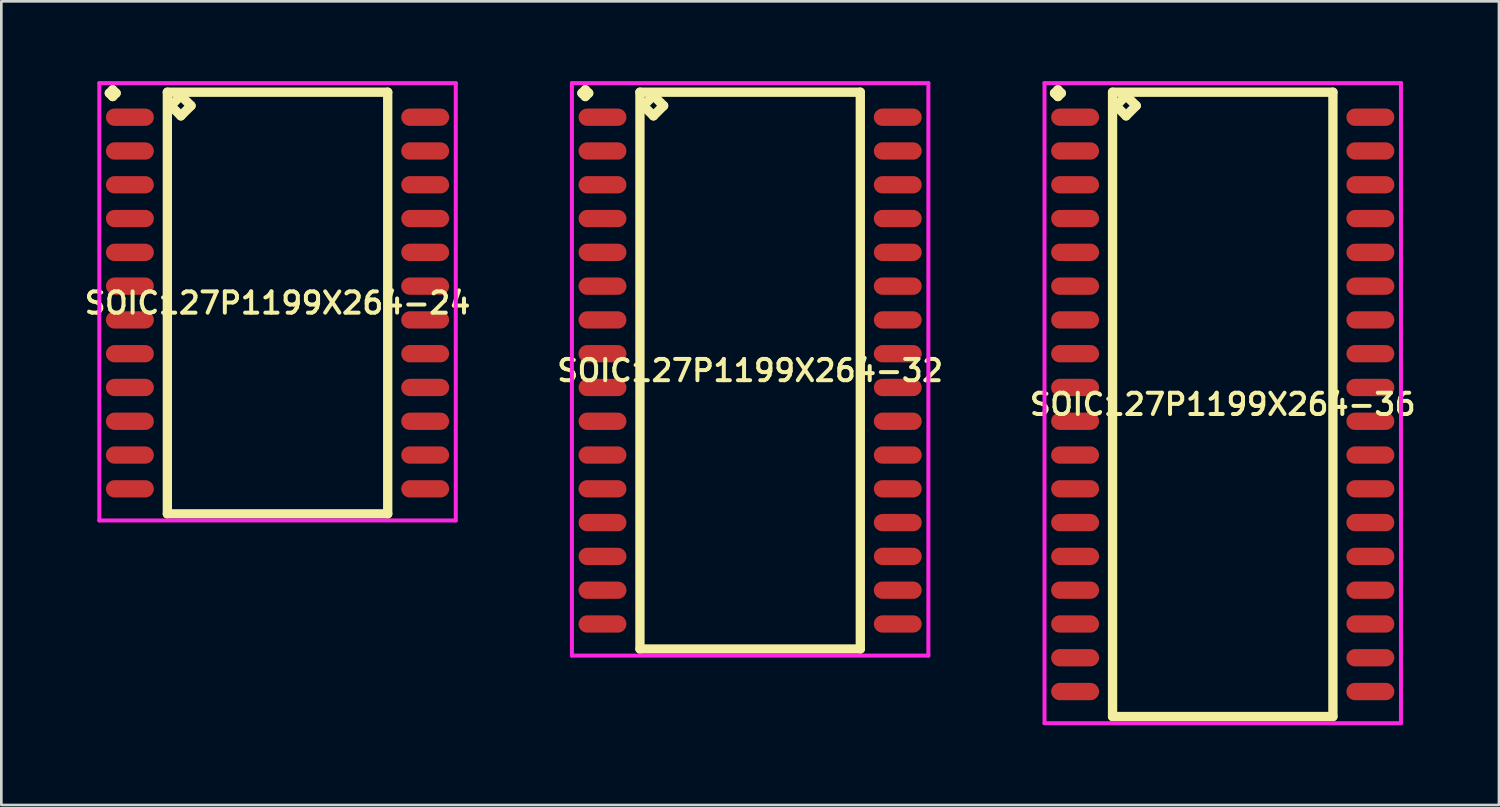
<source format=kicad_pcb>
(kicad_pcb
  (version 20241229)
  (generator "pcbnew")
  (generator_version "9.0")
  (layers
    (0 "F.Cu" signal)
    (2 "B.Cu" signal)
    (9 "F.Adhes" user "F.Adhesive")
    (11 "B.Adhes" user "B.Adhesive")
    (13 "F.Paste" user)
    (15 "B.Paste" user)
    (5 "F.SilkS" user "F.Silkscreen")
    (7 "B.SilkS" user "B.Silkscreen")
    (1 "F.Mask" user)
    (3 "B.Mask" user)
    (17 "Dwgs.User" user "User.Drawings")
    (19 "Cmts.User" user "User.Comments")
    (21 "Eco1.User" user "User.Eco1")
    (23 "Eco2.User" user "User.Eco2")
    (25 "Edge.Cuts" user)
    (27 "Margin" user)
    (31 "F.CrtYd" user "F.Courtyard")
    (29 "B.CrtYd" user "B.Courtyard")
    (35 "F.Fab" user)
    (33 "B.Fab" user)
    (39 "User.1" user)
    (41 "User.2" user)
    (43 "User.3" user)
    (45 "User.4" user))
  (footprint "SOIC127P1199X264-32"
    (layer "F.Cu")
    (at 25.149 10.881)
    (property "Reference" "SOIC127P1199X264-32" (at 0 0 0) (layer "F.SilkS") (effects (font (size 0.8 0.8) (thickness 0.15))))
    (attr smd)
    (fp_line (start -6.323 -10.429) (end -6.196 -10.556) (stroke (width 0.35) (type solid)) (layer "F.SilkS"))
    (fp_line (start -6.196 -10.556) (end -6.069 -10.429) (stroke (width 0.35) (type solid)) (layer "F.SilkS"))
    (fp_line (start -6.196 -10.302) (end -6.323 -10.429) (stroke (width 0.35) (type solid)) (layer "F.SilkS"))
    (fp_line (start -6.069 -10.429) (end -6.196 -10.302) (stroke (width 0.35) (type solid)) (layer "F.SilkS"))
    (fp_line (start -4.142 -10.465) (end -4.142 10.465) (stroke (width 0.35) (type solid)) (layer "F.SilkS"))
    (fp_line (start -4.142 10.465) (end 4.142 10.465) (stroke (width 0.35) (type solid)) (layer "F.SilkS"))
    (fp_line (start -4.015 -9.957) (end -3.634 -10.338) (stroke (width 0.35) (type solid)) (layer "F.SilkS"))
    (fp_line (start -3.634 -10.338) (end -3.253 -9.957) (stroke (width 0.35) (type solid)) (layer "F.SilkS"))
    (fp_line (start -3.634 -9.576) (end -4.015 -9.957) (stroke (width 0.35) (type solid)) (layer "F.SilkS"))
    (fp_line (start -3.253 -9.957) (end -3.634 -9.576) (stroke (width 0.35) (type solid)) (layer "F.SilkS"))
    (fp_line (start 4.142 -10.465) (end -4.142 -10.465) (stroke (width 0.35) (type solid)) (layer "F.SilkS"))
    (fp_line (start 4.142 10.465) (end 4.142 -10.465) (stroke (width 0.35) (type solid)) (layer "F.SilkS"))
    (fp_line (start -6.7 -10.806) (end 6.7 -10.806) (stroke (width 0.15) (type solid)) (layer "F.CrtYd"))
    (fp_line (start -6.7 10.715) (end -6.7 -10.806) (stroke (width 0.15) (type solid)) (layer "F.CrtYd"))
    (fp_line (start 6.7 -10.806) (end 6.7 10.715) (stroke (width 0.15) (type solid)) (layer "F.CrtYd"))
    (fp_line (start 6.7 10.715) (end -6.7 10.715) (stroke (width 0.15) (type solid)) (layer "F.CrtYd"))
    (pad "1" smd oval (at -5.55 -9.525) (size 1.8 0.65) (layers "F.Cu" "F.Mask" "F.Paste"))
    (pad "2" smd oval (at -5.55 -8.255) (size 1.8 0.65) (layers "F.Cu" "F.Mask" "F.Paste"))
    (pad "3" smd oval (at -5.55 -6.985) (size 1.8 0.65) (layers "F.Cu" "F.Mask" "F.Paste"))
    (pad "4" smd oval (at -5.55 -5.715) (size 1.8 0.65) (layers "F.Cu" "F.Mask" "F.Paste"))
    (pad "5" smd oval (at -5.55 -4.445) (size 1.8 0.65) (layers "F.Cu" "F.Mask" "F.Paste"))
    (pad "6" smd oval (at -5.55 -3.175) (size 1.8 0.65) (layers "F.Cu" "F.Mask" "F.Paste"))
    (pad "7" smd oval (at -5.55 -1.905) (size 1.8 0.65) (layers "F.Cu" "F.Mask" "F.Paste"))
    (pad "8" smd oval (at -5.55 -0.635) (size 1.8 0.65) (layers "F.Cu" "F.Mask" "F.Paste"))
    (pad "9" smd oval (at -5.55 0.635) (size 1.8 0.65) (layers "F.Cu" "F.Mask" "F.Paste"))
    (pad "10" smd oval (at -5.55 1.905) (size 1.8 0.65) (layers "F.Cu" "F.Mask" "F.Paste"))
    (pad "11" smd oval (at -5.55 3.175) (size 1.8 0.65) (layers "F.Cu" "F.Mask" "F.Paste"))
    (pad "12" smd oval (at -5.55 4.445) (size 1.8 0.65) (layers "F.Cu" "F.Mask" "F.Paste"))
    (pad "13" smd oval (at -5.55 5.715) (size 1.8 0.65) (layers "F.Cu" "F.Mask" "F.Paste"))
    (pad "14" smd oval (at -5.55 6.985) (size 1.8 0.65) (layers "F.Cu" "F.Mask" "F.Paste"))
    (pad "15" smd oval (at -5.55 8.255) (size 1.8 0.65) (layers "F.Cu" "F.Mask" "F.Paste"))
    (pad "16" smd oval (at -5.55 9.525) (size 1.8 0.65) (layers "F.Cu" "F.Mask" "F.Paste"))
    (pad "17" smd oval (at 5.55 9.525) (size 1.8 0.65) (layers "F.Cu" "F.Mask" "F.Paste"))
    (pad "18" smd oval (at 5.55 8.255) (size 1.8 0.65) (layers "F.Cu" "F.Mask" "F.Paste"))
    (pad "19" smd oval (at 5.55 6.985) (size 1.8 0.65) (layers "F.Cu" "F.Mask" "F.Paste"))
    (pad "20" smd oval (at 5.55 5.715) (size 1.8 0.65) (layers "F.Cu" "F.Mask" "F.Paste"))
    (pad "21" smd oval (at 5.55 4.445) (size 1.8 0.65) (layers "F.Cu" "F.Mask" "F.Paste"))
    (pad "22" smd oval (at 5.55 3.175) (size 1.8 0.65) (layers "F.Cu" "F.Mask" "F.Paste"))
    (pad "23" smd oval (at 5.55 1.905) (size 1.8 0.65) (layers "F.Cu" "F.Mask" "F.Paste"))
    (pad "24" smd oval (at 5.55 0.635) (size 1.8 0.65) (layers "F.Cu" "F.Mask" "F.Paste"))
    (pad "25" smd oval (at 5.55 -0.635) (size 1.8 0.65) (layers "F.Cu" "F.Mask" "F.Paste"))
    (pad "26" smd oval (at 5.55 -1.905) (size 1.8 0.65) (layers "F.Cu" "F.Mask" "F.Paste"))
    (pad "27" smd oval (at 5.55 -3.175) (size 1.8 0.65) (layers "F.Cu" "F.Mask" "F.Paste"))
    (pad "28" smd oval (at 5.55 -4.445) (size 1.8 0.65) (layers "F.Cu" "F.Mask" "F.Paste"))
    (pad "29" smd oval (at 5.55 -5.715) (size 1.8 0.65) (layers "F.Cu" "F.Mask" "F.Paste"))
    (pad "30" smd oval (at 5.55 -6.985) (size 1.8 0.65) (layers "F.Cu" "F.Mask" "F.Paste"))
    (pad "31" smd oval (at 5.55 -8.255) (size 1.8 0.65) (layers "F.Cu" "F.Mask" "F.Paste"))
    (pad "32" smd oval (at 5.55 -9.525) (size 1.8 0.65) (layers "F.Cu" "F.Mask" "F.Paste")))
  (footprint "SOIC127P1199X264-36"
    (layer "F.Cu")
    (at 42.915 12.151)
    (property "Reference" "SOIC127P1199X264-36" (at 0 0 0) (layer "F.SilkS") (effects (font (size 0.8 0.8) (thickness 0.15))))
    (attr smd)
    (fp_line (start -6.323 -11.699) (end -6.196 -11.826) (stroke (width 0.35) (type solid)) (layer "F.SilkS"))
    (fp_line (start -6.196 -11.826) (end -6.069 -11.699) (stroke (width 0.35) (type solid)) (layer "F.SilkS"))
    (fp_line (start -6.196 -11.572) (end -6.323 -11.699) (stroke (width 0.35) (type solid)) (layer "F.SilkS"))
    (fp_line (start -6.069 -11.699) (end -6.196 -11.572) (stroke (width 0.35) (type solid)) (layer "F.SilkS"))
    (fp_line (start -4.142 -11.735) (end -4.142 11.735) (stroke (width 0.35) (type solid)) (layer "F.SilkS"))
    (fp_line (start -4.142 11.735) (end 4.142 11.735) (stroke (width 0.35) (type solid)) (layer "F.SilkS"))
    (fp_line (start -4.015 -11.227) (end -3.634 -11.608) (stroke (width 0.35) (type solid)) (layer "F.SilkS"))
    (fp_line (start -3.634 -11.608) (end -3.253 -11.227) (stroke (width 0.35) (type solid)) (layer "F.SilkS"))
    (fp_line (start -3.634 -10.846) (end -4.015 -11.227) (stroke (width 0.35) (type solid)) (layer "F.SilkS"))
    (fp_line (start -3.253 -11.227) (end -3.634 -10.846) (stroke (width 0.35) (type solid)) (layer "F.SilkS"))
    (fp_line (start 4.142 -11.735) (end -4.142 -11.735) (stroke (width 0.35) (type solid)) (layer "F.SilkS"))
    (fp_line (start 4.142 11.735) (end 4.142 -11.735) (stroke (width 0.35) (type solid)) (layer "F.SilkS"))
    (fp_line (start -6.7 -12.076) (end 6.7 -12.076) (stroke (width 0.15) (type solid)) (layer "F.CrtYd"))
    (fp_line (start -6.7 11.985) (end -6.7 -12.076) (stroke (width 0.15) (type solid)) (layer "F.CrtYd"))
    (fp_line (start 6.7 -12.076) (end 6.7 11.985) (stroke (width 0.15) (type solid)) (layer "F.CrtYd"))
    (fp_line (start 6.7 11.985) (end -6.7 11.985) (stroke (width 0.15) (type solid)) (layer "F.CrtYd"))
    (pad "1" smd oval (at -5.55 -10.795) (size 1.8 0.65) (layers "F.Cu" "F.Mask" "F.Paste"))
    (pad "2" smd oval (at -5.55 -9.525) (size 1.8 0.65) (layers "F.Cu" "F.Mask" "F.Paste"))
    (pad "3" smd oval (at -5.55 -8.255) (size 1.8 0.65) (layers "F.Cu" "F.Mask" "F.Paste"))
    (pad "4" smd oval (at -5.55 -6.985) (size 1.8 0.65) (layers "F.Cu" "F.Mask" "F.Paste"))
    (pad "5" smd oval (at -5.55 -5.715) (size 1.8 0.65) (layers "F.Cu" "F.Mask" "F.Paste"))
    (pad "6" smd oval (at -5.55 -4.445) (size 1.8 0.65) (layers "F.Cu" "F.Mask" "F.Paste"))
    (pad "7" smd oval (at -5.55 -3.175) (size 1.8 0.65) (layers "F.Cu" "F.Mask" "F.Paste"))
    (pad "8" smd oval (at -5.55 -1.905) (size 1.8 0.65) (layers "F.Cu" "F.Mask" "F.Paste"))
    (pad "9" smd oval (at -5.55 -0.635) (size 1.8 0.65) (layers "F.Cu" "F.Mask" "F.Paste"))
    (pad "10" smd oval (at -5.55 0.635) (size 1.8 0.65) (layers "F.Cu" "F.Mask" "F.Paste"))
    (pad "11" smd oval (at -5.55 1.905) (size 1.8 0.65) (layers "F.Cu" "F.Mask" "F.Paste"))
    (pad "12" smd oval (at -5.55 3.175) (size 1.8 0.65) (layers "F.Cu" "F.Mask" "F.Paste"))
    (pad "13" smd oval (at -5.55 4.445) (size 1.8 0.65) (layers "F.Cu" "F.Mask" "F.Paste"))
    (pad "14" smd oval (at -5.55 5.715) (size 1.8 0.65) (layers "F.Cu" "F.Mask" "F.Paste"))
    (pad "15" smd oval (at -5.55 6.985) (size 1.8 0.65) (layers "F.Cu" "F.Mask" "F.Paste"))
    (pad "16" smd oval (at -5.55 8.255) (size 1.8 0.65) (layers "F.Cu" "F.Mask" "F.Paste"))
    (pad "17" smd oval (at -5.55 9.525) (size 1.8 0.65) (layers "F.Cu" "F.Mask" "F.Paste"))
    (pad "18" smd oval (at -5.55 10.795) (size 1.8 0.65) (layers "F.Cu" "F.Mask" "F.Paste"))
    (pad "19" smd oval (at 5.55 10.795) (size 1.8 0.65) (layers "F.Cu" "F.Mask" "F.Paste"))
    (pad "20" smd oval (at 5.55 9.525) (size 1.8 0.65) (layers "F.Cu" "F.Mask" "F.Paste"))
    (pad "21" smd oval (at 5.55 8.255) (size 1.8 0.65) (layers "F.Cu" "F.Mask" "F.Paste"))
    (pad "22" smd oval (at 5.55 6.985) (size 1.8 0.65) (layers "F.Cu" "F.Mask" "F.Paste"))
    (pad "23" smd oval (at 5.55 5.715) (size 1.8 0.65) (layers "F.Cu" "F.Mask" "F.Paste"))
    (pad "24" smd oval (at 5.55 4.445) (size 1.8 0.65) (layers "F.Cu" "F.Mask" "F.Paste"))
    (pad "25" smd oval (at 5.55 3.175) (size 1.8 0.65) (layers "F.Cu" "F.Mask" "F.Paste"))
    (pad "26" smd oval (at 5.55 1.905) (size 1.8 0.65) (layers "F.Cu" "F.Mask" "F.Paste"))
    (pad "27" smd oval (at 5.55 0.635) (size 1.8 0.65) (layers "F.Cu" "F.Mask" "F.Paste"))
    (pad "28" smd oval (at 5.55 -0.635) (size 1.8 0.65) (layers "F.Cu" "F.Mask" "F.Paste"))
    (pad "29" smd oval (at 5.55 -1.905) (size 1.8 0.65) (layers "F.Cu" "F.Mask" "F.Paste"))
    (pad "30" smd oval (at 5.55 -3.175) (size 1.8 0.65) (layers "F.Cu" "F.Mask" "F.Paste"))
    (pad "31" smd oval (at 5.55 -4.445) (size 1.8 0.65) (layers "F.Cu" "F.Mask" "F.Paste"))
    (pad "32" smd oval (at 5.55 -5.715) (size 1.8 0.65) (layers "F.Cu" "F.Mask" "F.Paste"))
    (pad "33" smd oval (at 5.55 -6.985) (size 1.8 0.65) (layers "F.Cu" "F.Mask" "F.Paste"))
    (pad "34" smd oval (at 5.55 -8.255) (size 1.8 0.65) (layers "F.Cu" "F.Mask" "F.Paste"))
    (pad "35" smd oval (at 5.55 -9.525) (size 1.8 0.65) (layers "F.Cu" "F.Mask" "F.Paste"))
    (pad "36" smd oval (at 5.55 -10.795) (size 1.8 0.65) (layers "F.Cu" "F.Mask" "F.Paste")))
  (footprint "SOIC127P1199X264-24"
    (layer "F.Cu")
    (at 7.383 8.341)
    (property "Reference" "SOIC127P1199X264-24" (at 0 0 0) (layer "F.SilkS") (effects (font (size 0.8 0.8) (thickness 0.15))))
    (attr smd)
    (fp_line (start -6.323 -7.889) (end -6.196 -8.016) (stroke (width 0.35) (type solid)) (layer "F.SilkS"))
    (fp_line (start -6.196 -8.016) (end -6.069 -7.889) (stroke (width 0.35) (type solid)) (layer "F.SilkS"))
    (fp_line (start -6.196 -7.762) (end -6.323 -7.889) (stroke (width 0.35) (type solid)) (layer "F.SilkS"))
    (fp_line (start -6.069 -7.889) (end -6.196 -7.762) (stroke (width 0.35) (type solid)) (layer "F.SilkS"))
    (fp_line (start -4.142 -7.925) (end -4.142 7.925) (stroke (width 0.35) (type solid)) (layer "F.SilkS"))
    (fp_line (start -4.142 7.925) (end 4.142 7.925) (stroke (width 0.35) (type solid)) (layer "F.SilkS"))
    (fp_line (start -4.015 -7.417) (end -3.634 -7.798) (stroke (width 0.35) (type solid)) (layer "F.SilkS"))
    (fp_line (start -3.634 -7.798) (end -3.253 -7.417) (stroke (width 0.35) (type solid)) (layer "F.SilkS"))
    (fp_line (start -3.634 -7.036) (end -4.015 -7.417) (stroke (width 0.35) (type solid)) (layer "F.SilkS"))
    (fp_line (start -3.253 -7.417) (end -3.634 -7.036) (stroke (width 0.35) (type solid)) (layer "F.SilkS"))
    (fp_line (start 4.142 -7.925) (end -4.142 -7.925) (stroke (width 0.35) (type solid)) (layer "F.SilkS"))
    (fp_line (start 4.142 7.925) (end 4.142 -7.925) (stroke (width 0.35) (type solid)) (layer "F.SilkS"))
    (fp_line (start -6.7 -8.266) (end 6.7 -8.266) (stroke (width 0.15) (type solid)) (layer "F.CrtYd"))
    (fp_line (start -6.7 8.175) (end -6.7 -8.266) (stroke (width 0.15) (type solid)) (layer "F.CrtYd"))
    (fp_line (start 6.7 -8.266) (end 6.7 8.175) (stroke (width 0.15) (type solid)) (layer "F.CrtYd"))
    (fp_line (start 6.7 8.175) (end -6.7 8.175) (stroke (width 0.15) (type solid)) (layer "F.CrtYd"))
    (pad "1" smd oval (at -5.55 -6.985) (size 1.8 0.65) (layers "F.Cu" "F.Mask" "F.Paste"))
    (pad "2" smd oval (at -5.55 -5.715) (size 1.8 0.65) (layers "F.Cu" "F.Mask" "F.Paste"))
    (pad "3" smd oval (at -5.55 -4.445) (size 1.8 0.65) (layers "F.Cu" "F.Mask" "F.Paste"))
    (pad "4" smd oval (at -5.55 -3.175) (size 1.8 0.65) (layers "F.Cu" "F.Mask" "F.Paste"))
    (pad "5" smd oval (at -5.55 -1.905) (size 1.8 0.65) (layers "F.Cu" "F.Mask" "F.Paste"))
    (pad "6" smd oval (at -5.55 -0.635) (size 1.8 0.65) (layers "F.Cu" "F.Mask" "F.Paste"))
    (pad "7" smd oval (at -5.55 0.635) (size 1.8 0.65) (layers "F.Cu" "F.Mask" "F.Paste"))
    (pad "8" smd oval (at -5.55 1.905) (size 1.8 0.65) (layers "F.Cu" "F.Mask" "F.Paste"))
    (pad "9" smd oval (at -5.55 3.175) (size 1.8 0.65) (layers "F.Cu" "F.Mask" "F.Paste"))
    (pad "10" smd oval (at -5.55 4.445) (size 1.8 0.65) (layers "F.Cu" "F.Mask" "F.Paste"))
    (pad "11" smd oval (at -5.55 5.715) (size 1.8 0.65) (layers "F.Cu" "F.Mask" "F.Paste"))
    (pad "12" smd oval (at -5.55 6.985) (size 1.8 0.65) (layers "F.Cu" "F.Mask" "F.Paste"))
    (pad "13" smd oval (at 5.55 6.985) (size 1.8 0.65) (layers "F.Cu" "F.Mask" "F.Paste"))
    (pad "14" smd oval (at 5.55 5.715) (size 1.8 0.65) (layers "F.Cu" "F.Mask" "F.Paste"))
    (pad "15" smd oval (at 5.55 4.445) (size 1.8 0.65) (layers "F.Cu" "F.Mask" "F.Paste"))
    (pad "16" smd oval (at 5.55 3.175) (size 1.8 0.65) (layers "F.Cu" "F.Mask" "F.Paste"))
    (pad "17" smd oval (at 5.55 1.905) (size 1.8 0.65) (layers "F.Cu" "F.Mask" "F.Paste"))
    (pad "18" smd oval (at 5.55 0.635) (size 1.8 0.65) (layers "F.Cu" "F.Mask" "F.Paste"))
    (pad "19" smd oval (at 5.55 -0.635) (size 1.8 0.65) (layers "F.Cu" "F.Mask" "F.Paste"))
    (pad "20" smd oval (at 5.55 -1.905) (size 1.8 0.65) (layers "F.Cu" "F.Mask" "F.Paste"))
    (pad "21" smd oval (at 5.55 -3.175) (size 1.8 0.65) (layers "F.Cu" "F.Mask" "F.Paste"))
    (pad "22" smd oval (at 5.55 -4.445) (size 1.8 0.65) (layers "F.Cu" "F.Mask" "F.Paste"))
    (pad "23" smd oval (at 5.55 -5.715) (size 1.8 0.65) (layers "F.Cu" "F.Mask" "F.Paste"))
    (pad "24" smd oval (at 5.55 -6.985) (size 1.8 0.65) (layers "F.Cu" "F.Mask" "F.Paste")))
  (gr_rect
    (start -3 -3)
    (end 53.299 27.211)
    (stroke (width 0.1) (type default))
    (fill no)
    (layer "Edge.Cuts")))
</source>
